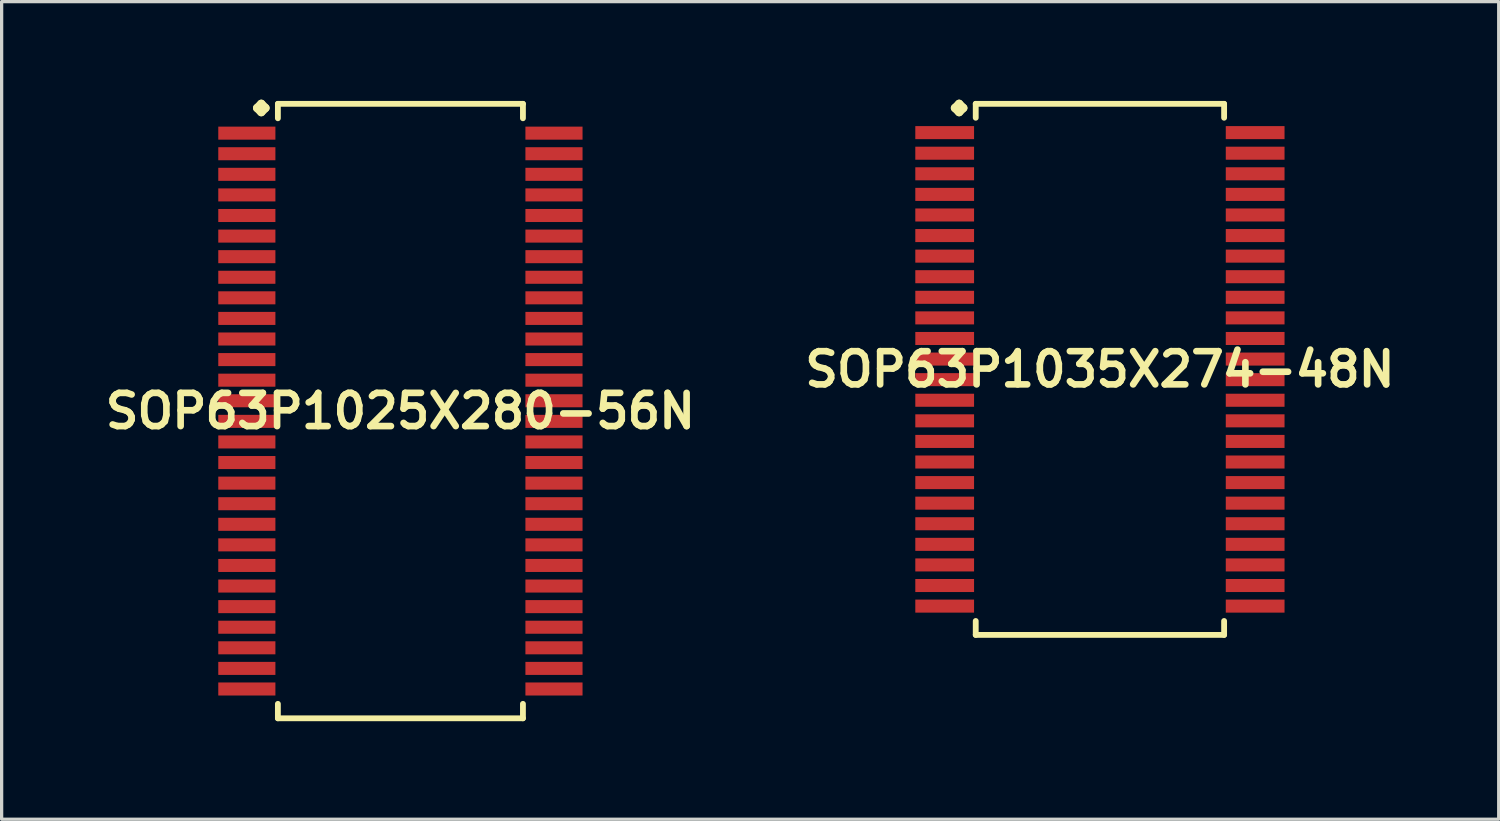
<source format=kicad_pcb>
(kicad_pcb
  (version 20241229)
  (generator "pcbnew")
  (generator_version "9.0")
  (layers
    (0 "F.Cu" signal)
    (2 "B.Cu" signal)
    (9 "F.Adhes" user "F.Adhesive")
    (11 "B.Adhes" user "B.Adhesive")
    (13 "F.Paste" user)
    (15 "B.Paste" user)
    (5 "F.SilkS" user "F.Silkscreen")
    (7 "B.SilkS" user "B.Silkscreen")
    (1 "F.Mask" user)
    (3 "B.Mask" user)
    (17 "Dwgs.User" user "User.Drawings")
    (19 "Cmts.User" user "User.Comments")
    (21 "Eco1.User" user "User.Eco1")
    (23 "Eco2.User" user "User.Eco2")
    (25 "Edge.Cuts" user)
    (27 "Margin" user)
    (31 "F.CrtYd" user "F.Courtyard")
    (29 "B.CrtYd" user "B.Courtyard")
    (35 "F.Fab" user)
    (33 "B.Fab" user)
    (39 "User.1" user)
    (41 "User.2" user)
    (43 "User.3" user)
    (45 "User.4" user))
  (footprint "SOP63P1035X274-48N"
    (layer "F.Cu")
    (at 30.606 8.252)
    (property "Reference" "SOP63P1035X274-48N" (at 0 0 0) (layer "F.SilkS") (effects (font (size 1.016 1.016) (thickness 0.203))))
    (attr smd)
    (fp_line (start -4.435 -7.998) (end -4.308 -8.125) (stroke (width 0.254) (type solid)) (layer "F.SilkS"))
    (fp_line (start -4.308 -8.125) (end -4.181 -7.998) (stroke (width 0.254) (type solid)) (layer "F.SilkS"))
    (fp_line (start -4.308 -7.871) (end -4.435 -7.998) (stroke (width 0.254) (type solid)) (layer "F.SilkS"))
    (fp_line (start -4.181 -7.998) (end -4.308 -7.871) (stroke (width 0.254) (type solid)) (layer "F.SilkS"))
    (fp_line (start -3.8 -8.125) (end 3.8 -8.125) (stroke (width 0.178) (type solid)) (layer "F.SilkS"))
    (fp_line (start -3.8 -7.699) (end -3.8 -8.125) (stroke (width 0.178) (type solid)) (layer "F.SilkS"))
    (fp_line (start -3.8 7.699) (end -3.8 8.125) (stroke (width 0.178) (type solid)) (layer "F.SilkS"))
    (fp_line (start -3.8 8.125) (end 3.8 8.125) (stroke (width 0.178) (type solid)) (layer "F.SilkS"))
    (fp_line (start 3.8 -8.125) (end 3.8 -7.699) (stroke (width 0.178) (type solid)) (layer "F.SilkS"))
    (fp_line (start 3.8 8.125) (end 3.8 7.699) (stroke (width 0.178) (type solid)) (layer "F.SilkS"))
    (pad "1" smd rect (at -4.75 -7.244) (size 1.798 0.399) (layers "F.Cu" "F.Mask" "F.Paste"))
    (pad "2" smd rect (at -4.75 -6.614) (size 1.798 0.399) (layers "F.Cu" "F.Mask" "F.Paste"))
    (pad "3" smd rect (at -4.75 -5.984) (size 1.798 0.399) (layers "F.Cu" "F.Mask" "F.Paste"))
    (pad "4" smd rect (at -4.75 -5.354) (size 1.798 0.399) (layers "F.Cu" "F.Mask" "F.Paste"))
    (pad "5" smd rect (at -4.75 -4.724) (size 1.798 0.399) (layers "F.Cu" "F.Mask" "F.Paste"))
    (pad "6" smd rect (at -4.75 -4.094) (size 1.798 0.399) (layers "F.Cu" "F.Mask" "F.Paste"))
    (pad "7" smd rect (at -4.75 -3.465) (size 1.798 0.399) (layers "F.Cu" "F.Mask" "F.Paste"))
    (pad "8" smd rect (at -4.75 -2.835) (size 1.798 0.399) (layers "F.Cu" "F.Mask" "F.Paste"))
    (pad "9" smd rect (at -4.75 -2.205) (size 1.798 0.399) (layers "F.Cu" "F.Mask" "F.Paste"))
    (pad "10" smd rect (at -4.75 -1.575) (size 1.798 0.399) (layers "F.Cu" "F.Mask" "F.Paste"))
    (pad "11" smd rect (at -4.75 -0.945) (size 1.798 0.399) (layers "F.Cu" "F.Mask" "F.Paste"))
    (pad "12" smd rect (at -4.75 -0.315) (size 1.798 0.399) (layers "F.Cu" "F.Mask" "F.Paste"))
    (pad "13" smd rect (at -4.75 0.315) (size 1.798 0.399) (layers "F.Cu" "F.Mask" "F.Paste"))
    (pad "14" smd rect (at -4.75 0.945) (size 1.798 0.399) (layers "F.Cu" "F.Mask" "F.Paste"))
    (pad "15" smd rect (at -4.75 1.575) (size 1.798 0.399) (layers "F.Cu" "F.Mask" "F.Paste"))
    (pad "16" smd rect (at -4.75 2.205) (size 1.798 0.399) (layers "F.Cu" "F.Mask" "F.Paste"))
    (pad "17" smd rect (at -4.75 2.835) (size 1.798 0.399) (layers "F.Cu" "F.Mask" "F.Paste"))
    (pad "18" smd rect (at -4.75 3.465) (size 1.798 0.399) (layers "F.Cu" "F.Mask" "F.Paste"))
    (pad "19" smd rect (at -4.75 4.094) (size 1.798 0.399) (layers "F.Cu" "F.Mask" "F.Paste"))
    (pad "20" smd rect (at -4.75 4.724) (size 1.798 0.399) (layers "F.Cu" "F.Mask" "F.Paste"))
    (pad "21" smd rect (at -4.75 5.354) (size 1.798 0.399) (layers "F.Cu" "F.Mask" "F.Paste"))
    (pad "22" smd rect (at -4.75 5.984) (size 1.798 0.399) (layers "F.Cu" "F.Mask" "F.Paste"))
    (pad "23" smd rect (at -4.75 6.614) (size 1.798 0.399) (layers "F.Cu" "F.Mask" "F.Paste"))
    (pad "24" smd rect (at -4.75 7.244) (size 1.798 0.399) (layers "F.Cu" "F.Mask" "F.Paste"))
    (pad "25" smd rect (at 4.75 7.244) (size 1.798 0.399) (layers "F.Cu" "F.Mask" "F.Paste"))
    (pad "26" smd rect (at 4.75 6.614) (size 1.798 0.399) (layers "F.Cu" "F.Mask" "F.Paste"))
    (pad "27" smd rect (at 4.75 5.984) (size 1.798 0.399) (layers "F.Cu" "F.Mask" "F.Paste"))
    (pad "28" smd rect (at 4.75 5.354) (size 1.798 0.399) (layers "F.Cu" "F.Mask" "F.Paste"))
    (pad "29" smd rect (at 4.75 4.724) (size 1.798 0.399) (layers "F.Cu" "F.Mask" "F.Paste"))
    (pad "30" smd rect (at 4.75 4.094) (size 1.798 0.399) (layers "F.Cu" "F.Mask" "F.Paste"))
    (pad "31" smd rect (at 4.75 3.465) (size 1.798 0.399) (layers "F.Cu" "F.Mask" "F.Paste"))
    (pad "32" smd rect (at 4.75 2.835) (size 1.798 0.399) (layers "F.Cu" "F.Mask" "F.Paste"))
    (pad "33" smd rect (at 4.75 2.205) (size 1.798 0.399) (layers "F.Cu" "F.Mask" "F.Paste"))
    (pad "34" smd rect (at 4.75 1.575) (size 1.798 0.399) (layers "F.Cu" "F.Mask" "F.Paste"))
    (pad "35" smd rect (at 4.75 0.945) (size 1.798 0.399) (layers "F.Cu" "F.Mask" "F.Paste"))
    (pad "36" smd rect (at 4.75 0.315) (size 1.798 0.399) (layers "F.Cu" "F.Mask" "F.Paste"))
    (pad "37" smd rect (at 4.75 -0.315) (size 1.798 0.399) (layers "F.Cu" "F.Mask" "F.Paste"))
    (pad "38" smd rect (at 4.75 -0.945) (size 1.798 0.399) (layers "F.Cu" "F.Mask" "F.Paste"))
    (pad "39" smd rect (at 4.75 -1.575) (size 1.798 0.399) (layers "F.Cu" "F.Mask" "F.Paste"))
    (pad "40" smd rect (at 4.75 -2.205) (size 1.798 0.399) (layers "F.Cu" "F.Mask" "F.Paste"))
    (pad "41" smd rect (at 4.75 -2.835) (size 1.798 0.399) (layers "F.Cu" "F.Mask" "F.Paste"))
    (pad "42" smd rect (at 4.75 -3.465) (size 1.798 0.399) (layers "F.Cu" "F.Mask" "F.Paste"))
    (pad "43" smd rect (at 4.75 -4.094) (size 1.798 0.399) (layers "F.Cu" "F.Mask" "F.Paste"))
    (pad "44" smd rect (at 4.75 -4.724) (size 1.798 0.399) (layers "F.Cu" "F.Mask" "F.Paste"))
    (pad "45" smd rect (at 4.75 -5.354) (size 1.798 0.399) (layers "F.Cu" "F.Mask" "F.Paste"))
    (pad "46" smd rect (at 4.75 -5.984) (size 1.798 0.399) (layers "F.Cu" "F.Mask" "F.Paste"))
    (pad "47" smd rect (at 4.75 -6.614) (size 1.798 0.399) (layers "F.Cu" "F.Mask" "F.Paste"))
    (pad "48" smd rect (at 4.75 -7.244) (size 1.798 0.399) (layers "F.Cu" "F.Mask" "F.Paste")))
  (footprint "SOP63P1025X280-56N"
    (layer "F.Cu")
    (at 9.202 9.528)
    (property "Reference" "SOP63P1025X280-56N" (at 0 0 0) (layer "F.SilkS") (effects (font (size 1.016 1.016) (thickness 0.203))))
    (attr smd)
    (fp_line (start -4.384 -9.274) (end -4.257 -9.401) (stroke (width 0.254) (type solid)) (layer "F.SilkS"))
    (fp_line (start -4.257 -9.401) (end -4.13 -9.274) (stroke (width 0.254) (type solid)) (layer "F.SilkS"))
    (fp_line (start -4.257 -9.147) (end -4.384 -9.274) (stroke (width 0.254) (type solid)) (layer "F.SilkS"))
    (fp_line (start -4.13 -9.274) (end -4.257 -9.147) (stroke (width 0.254) (type solid)) (layer "F.SilkS"))
    (fp_line (start -3.749 -9.401) (end 3.749 -9.401) (stroke (width 0.178) (type solid)) (layer "F.SilkS"))
    (fp_line (start -3.749 -8.959) (end -3.749 -9.401) (stroke (width 0.178) (type solid)) (layer "F.SilkS"))
    (fp_line (start -3.749 8.959) (end -3.749 9.401) (stroke (width 0.178) (type solid)) (layer "F.SilkS"))
    (fp_line (start -3.749 9.401) (end 3.749 9.401) (stroke (width 0.178) (type solid)) (layer "F.SilkS"))
    (fp_line (start 3.749 -9.401) (end 3.749 -8.959) (stroke (width 0.178) (type solid)) (layer "F.SilkS"))
    (fp_line (start 3.749 9.401) (end 3.749 8.959) (stroke (width 0.178) (type solid)) (layer "F.SilkS"))
    (pad "1" smd rect (at -4.699 -8.504) (size 1.748 0.399) (layers "F.Cu" "F.Mask" "F.Paste"))
    (pad "2" smd rect (at -4.699 -7.874) (size 1.748 0.399) (layers "F.Cu" "F.Mask" "F.Paste"))
    (pad "3" smd rect (at -4.699 -7.244) (size 1.748 0.399) (layers "F.Cu" "F.Mask" "F.Paste"))
    (pad "4" smd rect (at -4.699 -6.614) (size 1.748 0.399) (layers "F.Cu" "F.Mask" "F.Paste"))
    (pad "5" smd rect (at -4.699 -5.984) (size 1.748 0.399) (layers "F.Cu" "F.Mask" "F.Paste"))
    (pad "6" smd rect (at -4.699 -5.354) (size 1.748 0.399) (layers "F.Cu" "F.Mask" "F.Paste"))
    (pad "7" smd rect (at -4.699 -4.724) (size 1.748 0.399) (layers "F.Cu" "F.Mask" "F.Paste"))
    (pad "8" smd rect (at -4.699 -4.094) (size 1.748 0.399) (layers "F.Cu" "F.Mask" "F.Paste"))
    (pad "9" smd rect (at -4.699 -3.465) (size 1.748 0.399) (layers "F.Cu" "F.Mask" "F.Paste"))
    (pad "10" smd rect (at -4.699 -2.835) (size 1.748 0.399) (layers "F.Cu" "F.Mask" "F.Paste"))
    (pad "11" smd rect (at -4.699 -2.205) (size 1.748 0.399) (layers "F.Cu" "F.Mask" "F.Paste"))
    (pad "12" smd rect (at -4.699 -1.575) (size 1.748 0.399) (layers "F.Cu" "F.Mask" "F.Paste"))
    (pad "13" smd rect (at -4.699 -0.945) (size 1.748 0.399) (layers "F.Cu" "F.Mask" "F.Paste"))
    (pad "14" smd rect (at -4.699 -0.315) (size 1.748 0.399) (layers "F.Cu" "F.Mask" "F.Paste"))
    (pad "15" smd rect (at -4.699 0.315) (size 1.748 0.399) (layers "F.Cu" "F.Mask" "F.Paste"))
    (pad "16" smd rect (at -4.699 0.945) (size 1.748 0.399) (layers "F.Cu" "F.Mask" "F.Paste"))
    (pad "17" smd rect (at -4.699 1.575) (size 1.748 0.399) (layers "F.Cu" "F.Mask" "F.Paste"))
    (pad "18" smd rect (at -4.699 2.205) (size 1.748 0.399) (layers "F.Cu" "F.Mask" "F.Paste"))
    (pad "19" smd rect (at -4.699 2.835) (size 1.748 0.399) (layers "F.Cu" "F.Mask" "F.Paste"))
    (pad "20" smd rect (at -4.699 3.465) (size 1.748 0.399) (layers "F.Cu" "F.Mask" "F.Paste"))
    (pad "21" smd rect (at -4.699 4.094) (size 1.748 0.399) (layers "F.Cu" "F.Mask" "F.Paste"))
    (pad "22" smd rect (at -4.699 4.724) (size 1.748 0.399) (layers "F.Cu" "F.Mask" "F.Paste"))
    (pad "23" smd rect (at -4.699 5.354) (size 1.748 0.399) (layers "F.Cu" "F.Mask" "F.Paste"))
    (pad "24" smd rect (at -4.699 5.984) (size 1.748 0.399) (layers "F.Cu" "F.Mask" "F.Paste"))
    (pad "25" smd rect (at -4.699 6.614) (size 1.748 0.399) (layers "F.Cu" "F.Mask" "F.Paste"))
    (pad "26" smd rect (at -4.699 7.244) (size 1.748 0.399) (layers "F.Cu" "F.Mask" "F.Paste"))
    (pad "27" smd rect (at -4.699 7.874) (size 1.748 0.399) (layers "F.Cu" "F.Mask" "F.Paste"))
    (pad "28" smd rect (at -4.699 8.504) (size 1.748 0.399) (layers "F.Cu" "F.Mask" "F.Paste"))
    (pad "29" smd rect (at 4.699 8.504) (size 1.748 0.399) (layers "F.Cu" "F.Mask" "F.Paste"))
    (pad "30" smd rect (at 4.699 7.874) (size 1.748 0.399) (layers "F.Cu" "F.Mask" "F.Paste"))
    (pad "31" smd rect (at 4.699 7.244) (size 1.748 0.399) (layers "F.Cu" "F.Mask" "F.Paste"))
    (pad "32" smd rect (at 4.699 6.614) (size 1.748 0.399) (layers "F.Cu" "F.Mask" "F.Paste"))
    (pad "33" smd rect (at 4.699 5.984) (size 1.748 0.399) (layers "F.Cu" "F.Mask" "F.Paste"))
    (pad "34" smd rect (at 4.699 5.354) (size 1.748 0.399) (layers "F.Cu" "F.Mask" "F.Paste"))
    (pad "35" smd rect (at 4.699 4.724) (size 1.748 0.399) (layers "F.Cu" "F.Mask" "F.Paste"))
    (pad "36" smd rect (at 4.699 4.094) (size 1.748 0.399) (layers "F.Cu" "F.Mask" "F.Paste"))
    (pad "37" smd rect (at 4.699 3.465) (size 1.748 0.399) (layers "F.Cu" "F.Mask" "F.Paste"))
    (pad "38" smd rect (at 4.699 2.835) (size 1.748 0.399) (layers "F.Cu" "F.Mask" "F.Paste"))
    (pad "39" smd rect (at 4.699 2.205) (size 1.748 0.399) (layers "F.Cu" "F.Mask" "F.Paste"))
    (pad "40" smd rect (at 4.699 1.575) (size 1.748 0.399) (layers "F.Cu" "F.Mask" "F.Paste"))
    (pad "41" smd rect (at 4.699 0.945) (size 1.748 0.399) (layers "F.Cu" "F.Mask" "F.Paste"))
    (pad "42" smd rect (at 4.699 0.315) (size 1.748 0.399) (layers "F.Cu" "F.Mask" "F.Paste"))
    (pad "43" smd rect (at 4.699 -0.315) (size 1.748 0.399) (layers "F.Cu" "F.Mask" "F.Paste"))
    (pad "44" smd rect (at 4.699 -0.945) (size 1.748 0.399) (layers "F.Cu" "F.Mask" "F.Paste"))
    (pad "45" smd rect (at 4.699 -1.575) (size 1.748 0.399) (layers "F.Cu" "F.Mask" "F.Paste"))
    (pad "46" smd rect (at 4.699 -2.205) (size 1.748 0.399) (layers "F.Cu" "F.Mask" "F.Paste"))
    (pad "47" smd rect (at 4.699 -2.835) (size 1.748 0.399) (layers "F.Cu" "F.Mask" "F.Paste"))
    (pad "48" smd rect (at 4.699 -3.465) (size 1.748 0.399) (layers "F.Cu" "F.Mask" "F.Paste"))
    (pad "49" smd rect (at 4.699 -4.094) (size 1.748 0.399) (layers "F.Cu" "F.Mask" "F.Paste"))
    (pad "50" smd rect (at 4.699 -4.724) (size 1.748 0.399) (layers "F.Cu" "F.Mask" "F.Paste"))
    (pad "51" smd rect (at 4.699 -5.354) (size 1.748 0.399) (layers "F.Cu" "F.Mask" "F.Paste"))
    (pad "52" smd rect (at 4.699 -5.984) (size 1.748 0.399) (layers "F.Cu" "F.Mask" "F.Paste"))
    (pad "53" smd rect (at 4.699 -6.614) (size 1.748 0.399) (layers "F.Cu" "F.Mask" "F.Paste"))
    (pad "54" smd rect (at 4.699 -7.244) (size 1.748 0.399) (layers "F.Cu" "F.Mask" "F.Paste"))
    (pad "55" smd rect (at 4.699 -7.874) (size 1.748 0.399) (layers "F.Cu" "F.Mask" "F.Paste"))
    (pad "56" smd rect (at 4.699 -8.504) (size 1.748 0.399) (layers "F.Cu" "F.Mask" "F.Paste")))
  (gr_rect
    (start -3 -3)
    (end 42.808 22.017)
    (stroke (width 0.1) (type default))
    (fill no)
    (layer "Edge.Cuts")))
</source>
